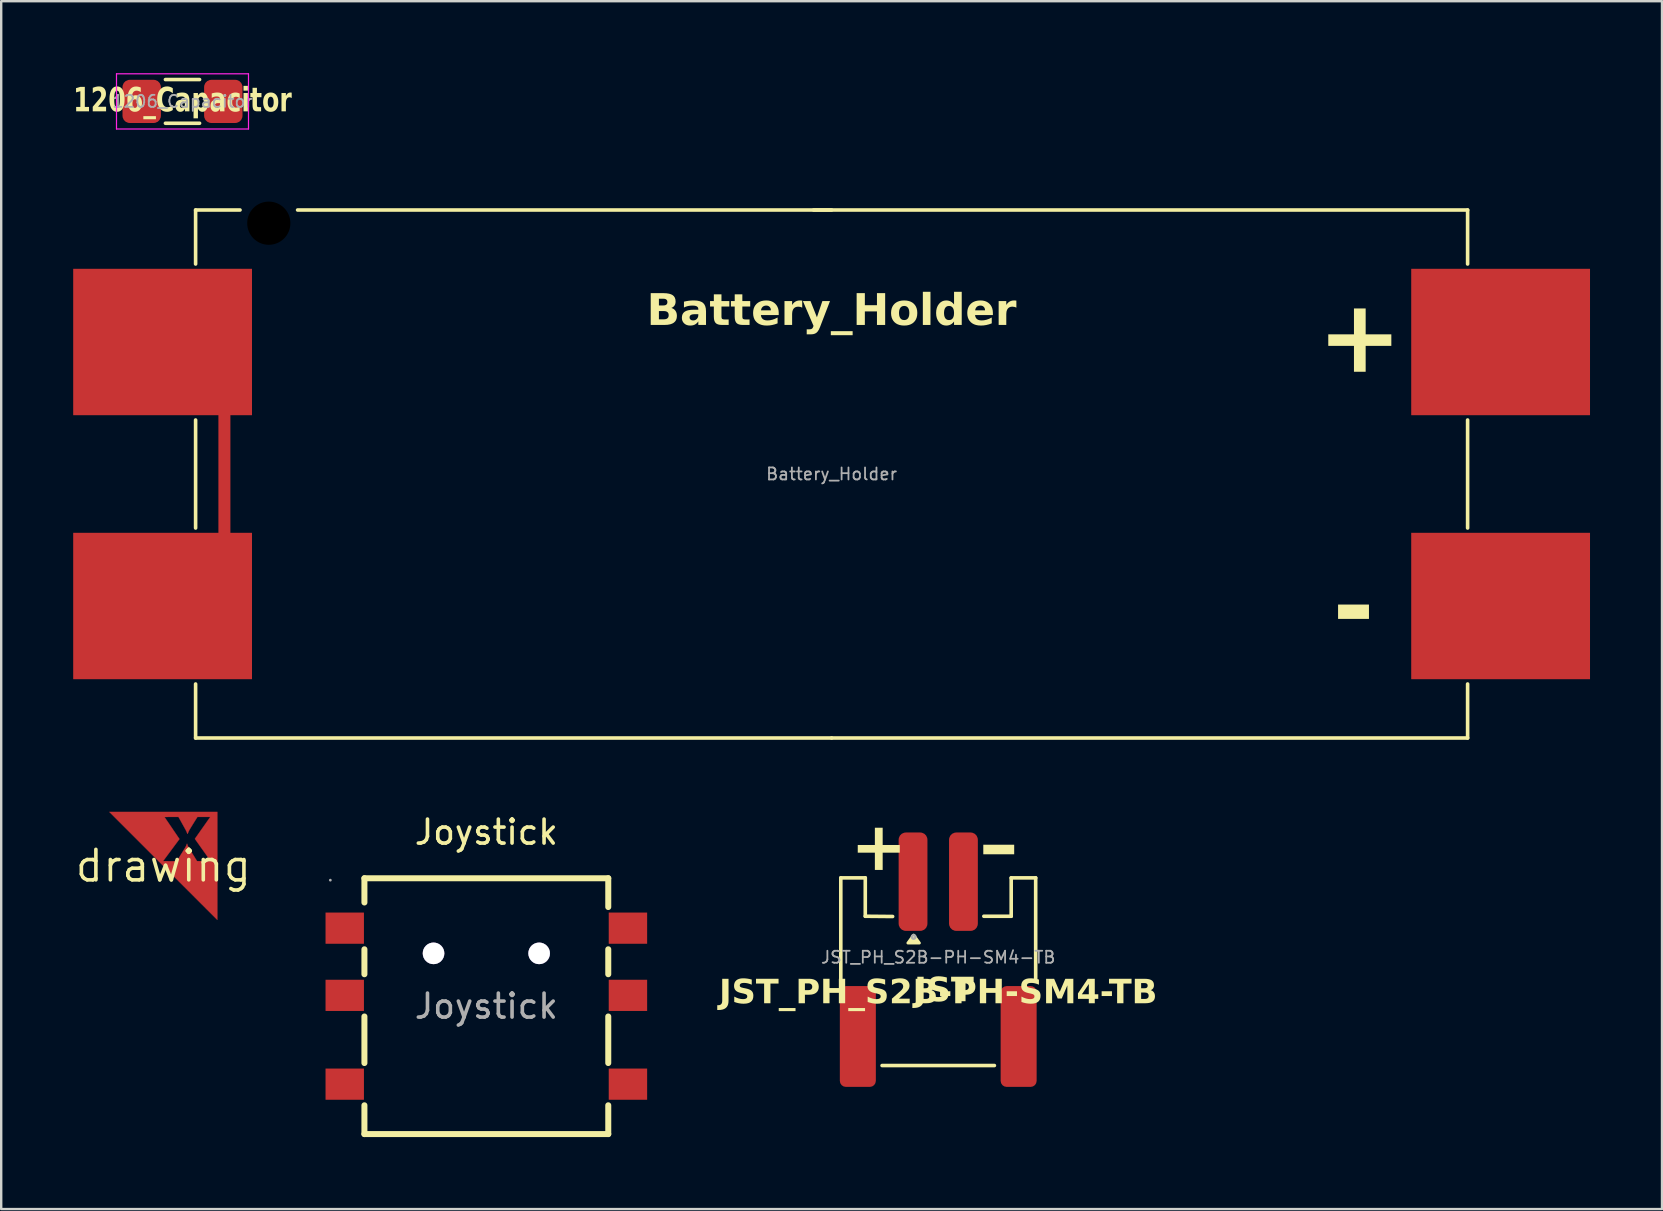
<source format=kicad_pcb>
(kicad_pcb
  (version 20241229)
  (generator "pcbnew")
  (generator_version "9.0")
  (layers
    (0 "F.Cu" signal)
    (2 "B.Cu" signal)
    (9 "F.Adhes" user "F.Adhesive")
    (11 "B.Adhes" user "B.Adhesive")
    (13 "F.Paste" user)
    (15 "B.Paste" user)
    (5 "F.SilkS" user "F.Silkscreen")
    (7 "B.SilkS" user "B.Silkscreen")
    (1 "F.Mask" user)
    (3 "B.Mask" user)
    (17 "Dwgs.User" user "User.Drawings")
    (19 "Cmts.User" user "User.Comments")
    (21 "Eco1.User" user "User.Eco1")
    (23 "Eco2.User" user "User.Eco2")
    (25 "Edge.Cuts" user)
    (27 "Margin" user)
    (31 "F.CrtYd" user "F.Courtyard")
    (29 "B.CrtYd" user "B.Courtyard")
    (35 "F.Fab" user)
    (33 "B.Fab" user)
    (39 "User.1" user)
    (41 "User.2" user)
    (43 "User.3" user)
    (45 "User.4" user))
  (footprint "drawing"
    (layer "F.Cu")
    (at 3.757 33.03)
    (property "Reference" "drawing" (at 0 0 0) (layer "F.SilkS") (effects (font (size 1.27 1.27) (thickness 0.15))))
    (attr through_hole)
    (fp_poly (pts (xy 2.25 0) (xy 2.25 0.133) (xy 2.25 0.265) (xy 2.25 0.394) (xy 2.25 0.52) (xy 2.25 0.644) (xy 2.25 0.765) (xy 2.25 0.883) (xy 2.25 0.998) (xy 2.25 1.109) (xy 2.25 1.217) (xy 2.25 1.32) (xy 2.25 1.419) (xy 2.25 1.514) (xy 2.25 1.604) (xy 2.25 1.689) (xy 2.25 1.769) (xy 2.25 1.844) (xy 2.25 1.913) (xy 2.25 1.976) (xy 2.25 2.034) (xy 2.25 2.085) (xy 2.25 2.13) (xy 2.25 2.168) (xy 2.249 2.199) (xy 2.249 2.223) (xy 2.249 2.239) (xy 2.249 2.249) (xy 2.249 2.25) (xy 2.246 2.247) (xy 2.238 2.239) (xy 2.224 2.226) (xy 2.206 2.207) (xy 2.182 2.183) (xy 2.153 2.154) (xy 2.119 2.12) (xy 2.081 2.082) (xy 2.038 2.039) (xy 1.99 1.992) (xy 1.939 1.94) (xy 1.883 1.884) (xy 1.823 1.825) (xy 1.759 1.761) (xy 1.692 1.693) (xy 1.621 1.622) (xy 1.546 1.548) (xy 1.468 1.47) (xy 1.387 1.389) (xy 1.303 1.305) (xy 1.216 1.217) (xy 1.126 1.127) (xy 1.033 1.035) (xy 0.938 0.939) (xy 0.84 0.842) (xy 0.74 0.742) (xy 0.638 0.64) (xy 0.534 0.535) (xy 0.427 0.429) (xy 0.32 0.322) (xy 0.21 0.212) (xy 0.099 0.101) (xy -0.002 0) (xy -0.205 -0.203) (xy -0.009 -0.203) (xy -0.009 -0.202) (xy -0.004 -0.202) (xy 0.003 -0.201) (xy 0.015 -0.2) (xy 0.032 -0.2) (xy 0.054 -0.199) (xy 0.081 -0.199) (xy 0.114 -0.199) (xy 0.153 -0.199) (xy 0.2 -0.198) (xy 0.254 -0.198) (xy 0.273 -0.198) (xy 0.559 -0.198) (xy 0.747 -0.501) (xy 0.781 -0.555) (xy 0.811 -0.603) (xy 0.837 -0.646) (xy 0.86 -0.683) (xy 0.88 -0.715) (xy 0.897 -0.743) (xy 0.911 -0.768) (xy 0.923 -0.789) (xy 0.933 -0.808) (xy 0.942 -0.824) (xy 0.949 -0.839) (xy 0.955 -0.852) (xy 0.961 -0.865) (xy 0.965 -0.878) (xy 0.97 -0.891) (xy 0.974 -0.904) (xy 0.979 -0.915) (xy 0.983 -0.923) (xy 0.986 -0.925) (xy 0.989 -0.921) (xy 0.993 -0.912) (xy 0.997 -0.898) (xy 0.998 -0.896) (xy 1.003 -0.876) (xy 1.01 -0.855) (xy 1.016 -0.839) (xy 1.02 -0.831) (xy 1.028 -0.816) (xy 1.04 -0.795) (xy 1.055 -0.768) (xy 1.075 -0.736) (xy 1.097 -0.699) (xy 1.122 -0.657) (xy 1.151 -0.61) (xy 1.182 -0.559) (xy 1.212 -0.51) (xy 1.24 -0.465) (xy 1.266 -0.423) (xy 1.291 -0.382) (xy 1.314 -0.345) (xy 1.335 -0.31) (xy 1.354 -0.28) (xy 1.37 -0.254) (xy 1.384 -0.233) (xy 1.394 -0.217) (xy 1.4 -0.207) (xy 1.403 -0.203) (xy 1.405 -0.202) (xy 1.411 -0.202) (xy 1.42 -0.201) (xy 1.434 -0.2) (xy 1.452 -0.2) (xy 1.476 -0.199) (xy 1.505 -0.199) (xy 1.54 -0.199) (xy 1.581 -0.199) (xy 1.63 -0.199) (xy 1.686 -0.199) (xy 1.69 -0.199) (xy 1.972 -0.2) (xy 1.643 -0.663) (xy 1.604 -0.717) (xy 1.567 -0.769) (xy 1.531 -0.819) (xy 1.497 -0.867) (xy 1.466 -0.912) (xy 1.436 -0.954) (xy 1.409 -0.992) (xy 1.385 -1.026) (xy 1.364 -1.056) (xy 1.346 -1.081) (xy 1.332 -1.102) (xy 1.322 -1.116) (xy 1.315 -1.125) (xy 1.314 -1.128) (xy 1.316 -1.132) (xy 1.322 -1.142) (xy 1.333 -1.157) (xy 1.347 -1.178) (xy 1.365 -1.204) (xy 1.386 -1.234) (xy 1.411 -1.268) (xy 1.437 -1.307) (xy 1.467 -1.348) (xy 1.498 -1.393) (xy 1.531 -1.441) (xy 1.566 -1.49) (xy 1.603 -1.542) (xy 1.615 -1.559) (xy 1.652 -1.612) (xy 1.688 -1.663) (xy 1.723 -1.712) (xy 1.756 -1.759) (xy 1.787 -1.804) (xy 1.816 -1.845) (xy 1.843 -1.883) (xy 1.866 -1.916) (xy 1.887 -1.946) (xy 1.905 -1.971) (xy 1.918 -1.99) (xy 1.928 -2.004) (xy 1.934 -2.012) (xy 1.935 -2.013) (xy 1.953 -2.04) (xy 1.686 -2.04) (xy 1.419 -2.04) (xy 1.247 -1.765) (xy 1.215 -1.713) (xy 1.187 -1.667) (xy 1.162 -1.627) (xy 1.14 -1.592) (xy 1.122 -1.561) (xy 1.106 -1.534) (xy 1.092 -1.511) (xy 1.08 -1.49) (xy 1.07 -1.471) (xy 1.061 -1.453) (xy 1.053 -1.436) (xy 1.045 -1.42) (xy 1.038 -1.403) (xy 1.031 -1.386) (xy 1.024 -1.367) (xy 1.022 -1.362) (xy 1.016 -1.349) (xy 1.011 -1.339) (xy 1.007 -1.334) (xy 1.006 -1.333) (xy 1.003 -1.337) (xy 0.998 -1.346) (xy 0.992 -1.36) (xy 0.988 -1.37) (xy 0.984 -1.382) (xy 0.979 -1.394) (xy 0.974 -1.407) (xy 0.968 -1.421) (xy 0.961 -1.436) (xy 0.953 -1.453) (xy 0.943 -1.473) (xy 0.931 -1.496) (xy 0.917 -1.523) (xy 0.9 -1.553) (xy 0.881 -1.588) (xy 0.859 -1.628) (xy 0.833 -1.674) (xy 0.805 -1.726) (xy 0.784 -1.763) (xy 0.63 -2.04) (xy 0.339 -2.04) (xy 0.282 -2.04) (xy 0.232 -2.04) (xy 0.189 -2.04) (xy 0.153 -2.039) (xy 0.123 -2.039) (xy 0.099 -2.039) (xy 0.08 -2.038) (xy 0.067 -2.038) (xy 0.057 -2.037) (xy 0.052 -2.036) (xy 0.05 -2.035) (xy 0.05 -2.035) (xy 0.053 -2.031) (xy 0.059 -2.021) (xy 0.07 -2.005) (xy 0.085 -1.984) (xy 0.102 -1.958) (xy 0.123 -1.927) (xy 0.147 -1.892) (xy 0.173 -1.853) (xy 0.202 -1.811) (xy 0.233 -1.766) (xy 0.266 -1.717) (xy 0.3 -1.667) (xy 0.336 -1.615) (xy 0.348 -1.596) (xy 0.384 -1.543) (xy 0.419 -1.491) (xy 0.453 -1.442) (xy 0.485 -1.394) (xy 0.516 -1.35) (xy 0.544 -1.308) (xy 0.569 -1.271) (xy 0.592 -1.237) (xy 0.612 -1.207) (xy 0.629 -1.183) (xy 0.642 -1.164) (xy 0.651 -1.15) (xy 0.657 -1.142) (xy 0.657 -1.141) (xy 0.671 -1.12) (xy 0.332 -0.664) (xy 0.293 -0.611) (xy 0.254 -0.559) (xy 0.217 -0.509) (xy 0.182 -0.462) (xy 0.149 -0.418) (xy 0.119 -0.376) (xy 0.091 -0.339) (xy 0.066 -0.305) (xy 0.044 -0.275) (xy 0.025 -0.25) (xy 0.01 -0.23) (xy -0.001 -0.215) (xy -0.007 -0.206) (xy -0.009 -0.203) (xy -0.205 -0.203) (xy -2.252 -2.25) (xy 2.25 -2.25) (xy 2.25 0)) (stroke (width 0.01) (type solid)) (fill yes) (layer "F.Cu")))
  (footprint "1206_Capacitor"
    (layer "F.Cu")
    (at 4.554 1.175)
    (property "Reference" "1206_Capacitor" (at 0 0 0) (layer "F.SilkS") (effects (font (face "Segoe UI This") (size 1 0.75) (thickness 0.15) (bold yes))))
    (attr smd)
    (fp_line (start -0.711 -0.91) (end 0.711 -0.91) (stroke (width 0.15) (type solid)) (layer "F.SilkS"))
    (fp_line (start -0.711 0.91) (end 0.711 0.91) (stroke (width 0.15) (type solid)) (layer "F.SilkS"))
    (fp_line (start -2.75 -1.15) (end 2.75 -1.15) (stroke (width 0.05) (type solid)) (layer "F.CrtYd"))
    (fp_line (start -2.75 1.15) (end -2.75 -1.15) (stroke (width 0.05) (type solid)) (layer "F.CrtYd"))
    (fp_line (start 2.75 -1.15) (end 2.75 1.15) (stroke (width 0.05) (type solid)) (layer "F.CrtYd"))
    (fp_line (start 2.75 1.15) (end -2.75 1.15) (stroke (width 0.05) (type solid)) (layer "F.CrtYd"))
    (fp_text user "${REFERENCE}" (at 0 0 0) (layer "F.Fab") (effects (font (size 0.5 0.5) (thickness 0.075))))
    (pad "1" smd roundrect (at -1.7 0) (size 1.6 1.8) (layers "F.Cu" "F.Mask" "F.Paste") (roundrect_rratio 0.189))
    (pad "2" smd roundrect (at 1.7 0) (size 1.6 1.8) (layers "F.Cu" "F.Mask" "F.Paste") (roundrect_rratio 0.189)))
  (footprint "JST_PH_S2B-PH-SM4-TB"
    (layer "F.Cu")
    (at 36.043 36.837)
    (property "Reference" "JST_PH_S2B-PH-SM4-TB" (at 0 1.5 0) (layer "F.SilkS") (effects (font (face "Segoe UI This") (size 1 1) (thickness 0.15) (bold yes))))
    (attr smd)
    (fp_line (start -4.06 -3.31) (end -3.04 -3.31) (stroke (width 0.15) (type solid)) (layer "F.SilkS"))
    (fp_line (start -4.06 0.94) (end -4.06 -3.31) (stroke (width 0.15) (type solid)) (layer "F.SilkS"))
    (fp_line (start -3.04 -3.31) (end -3.04 -1.71) (stroke (width 0.15) (type solid)) (layer "F.SilkS"))
    (fp_line (start -3.04 -1.71) (end -1.9 -1.7) (stroke (width 0.15) (type solid)) (layer "F.SilkS"))
    (fp_line (start -2.34 4.51) (end 2.34 4.51) (stroke (width 0.15) (type solid)) (layer "F.SilkS"))
    (fp_line (start 3.04 -3.31) (end 3.04 -1.71) (stroke (width 0.15) (type solid)) (layer "F.SilkS"))
    (fp_line (start 3.04 -1.71) (end 1.9 -1.71) (stroke (width 0.15) (type solid)) (layer "F.SilkS"))
    (fp_line (start 4.06 -3.31) (end 3.04 -3.31) (stroke (width 0.15) (type solid)) (layer "F.SilkS"))
    (fp_line (start 4.06 0.94) (end 4.06 -3.31) (stroke (width 0.15) (type solid)) (layer "F.SilkS"))
    (fp_poly (pts (xy -1.025 -0.925) (xy -0.785 -0.595) (xy -1.265 -0.595) (xy -1.025 -0.925)) (stroke (width 0.12) (type solid)) (fill yes) (layer "F.SilkS"))
    (fp_circle (center -1.025 -0.85) (end -0.95 -0.85) (stroke (width 0.1) (type solid)) (fill no) (layer "F.Fab"))
    (fp_text user "JST" (at -1 2 0) (layer "F.SilkS") (effects (font (face "Segoe UI This") (size 1 1) (thickness 0.2) (bold yes)) (justify left bottom)))
    (fp_text user "-" (at 1.65 -3.35 0) (unlocked yes) (layer "F.SilkS") (effects (font (face "Segoe UI This") (size 2 3) (thickness 0.5) (bold yes)) (justify left bottom)))
    (fp_text user "+" (at -3.65 -3.3 0) (unlocked yes) (layer "F.SilkS") (effects (font (face "Segoe UI This") (size 2 2) (thickness 0.5) (bold yes)) (justify left bottom)))
    (fp_text user "${REFERENCE}" (at 0 0 0) (layer "F.Fab") (effects (font (size 0.5 0.5) (thickness 0.075))))
    (pad "" smd roundrect (at -3.35 3.3) (size 1.5 4.2) (layers "F.Cu" "F.Mask" "F.Paste") (roundrect_rratio 0.167))
    (pad "" smd roundrect (at 3.35 3.3) (size 1.5 4.2) (layers "F.Cu" "F.Mask" "F.Paste") (roundrect_rratio 0.167))
    (pad "1" smd roundrect (at -1.05 -3.15) (size 1.2 4.1) (layers "F.Cu" "F.Mask" "F.Paste") (roundrect_rratio 0.25))
    (pad "2" smd roundrect (at 1.05 -3.15) (size 1.2 4.1) (layers "F.Cu" "F.Mask" "F.Paste") (roundrect_rratio 0.25)))
  (footprint "Joystick"
    (layer "F.Cu")
    (at 17.214 38.873)
    (property "Reference" "Joystick" (at 0 -7.25 0) (layer "F.SilkS") (effects (font (size 1 1) (thickness 0.15))))
    (attr through_hole)
    (fp_line (start -5.08 -5.33) (end 5.08 -5.33) (stroke (width 0.25) (type solid)) (layer "F.SilkS"))
    (fp_line (start -5.08 -4.32) (end -5.08 -5.33) (stroke (width 0.25) (type solid)) (layer "F.SilkS"))
    (fp_line (start -5.08 -1.33) (end -5.08 -2.37) (stroke (width 0.25) (type solid)) (layer "F.SilkS"))
    (fp_line (start -5.08 2.37) (end -5.08 0.43) (stroke (width 0.25) (type solid)) (layer "F.SilkS"))
    (fp_line (start -5.08 5.33) (end -5.08 4.13) (stroke (width 0.25) (type solid)) (layer "F.SilkS"))
    (fp_line (start 5.08 -5.33) (end 5.08 -4.13) (stroke (width 0.25) (type solid)) (layer "F.SilkS"))
    (fp_line (start 5.08 -2.37) (end 5.08 -1.33) (stroke (width 0.25) (type solid)) (layer "F.SilkS"))
    (fp_line (start 5.08 0.43) (end 5.08 2.37) (stroke (width 0.25) (type solid)) (layer "F.SilkS"))
    (fp_line (start 5.08 4.13) (end 5.08 5.33) (stroke (width 0.25) (type solid)) (layer "F.SilkS"))
    (fp_line (start 5.08 5.33) (end -5.08 5.33) (stroke (width 0.25) (type solid)) (layer "F.SilkS"))
    (fp_circle (center -2.2 -2.2) (end -2.02 -2.2) (stroke (width 0.35) (type solid)) (fill no) (layer "Cmts.User"))
    (fp_circle (center 2.2 -2.2) (end 2.38 -2.2) (stroke (width 0.35) (type solid)) (fill no) (layer "Cmts.User"))
    (fp_circle (center -6.5 -5.25) (end -6.47 -5.25) (stroke (width 0.06) (type solid)) (fill no) (layer "F.Fab"))
    (fp_text user "${REFERENCE}" (at 0 0 0) (layer "F.Fab") (effects (font (size 1 1) (thickness 0.15))))
    (pad "" thru_hole circle (at -2.2 -2.2) (size 0.9 0.9) (drill 0.9) (layers "*.Cu" "*.Mask"))
    (pad "" thru_hole circle (at 2.2 -2.2) (size 0.9 0.9) (drill 0.9) (layers "*.Cu" "*.Mask"))
    (pad "1" smd rect (at -5.9 -3.25) (size 1.6 1.3) (layers "F.Cu" "F.Mask" "F.Paste"))
    (pad "2" smd rect (at -5.9 -0.45) (size 1.6 1.3) (layers "F.Cu" "F.Mask" "F.Paste"))
    (pad "3" smd rect (at -5.9 3.25) (size 1.6 1.3) (layers "F.Cu" "F.Mask" "F.Paste"))
    (pad "4" smd rect (at 5.9 -3.25) (size 1.6 1.3) (layers "F.Cu" "F.Mask" "F.Paste"))
    (pad "5" smd rect (at 5.9 -0.45) (size 1.6 1.3) (layers "F.Cu" "F.Mask" "F.Paste"))
    (pad "6" smd rect (at 5.9 3.25) (size 1.6 1.3) (layers "F.Cu" "F.Mask" "F.Paste")))
  (footprint "Battery_Holder"
    (layer "F.Cu")
    (at 31.6 16.7)
    (property "Reference" "Battery_Holder" (at 0 -6.75 180) (layer "F.SilkS") (effects (font (face "Segoe UI This") (size 1.3 1.3) (thickness 0.2) (bold yes))))
    (attr through_hole)
    (fp_line (start -26.5 -11) (end -24.649 -11) (stroke (width 0.15) (type default)) (layer "F.SilkS"))
    (fp_line (start -26.5 -8.75) (end -26.5 -11) (stroke (width 0.15) (type default)) (layer "F.SilkS"))
    (fp_line (start -26.5 2.25) (end -26.5 -2.25) (stroke (width 0.15) (type default)) (layer "F.SilkS"))
    (fp_line (start -26.5 11) (end -26.5 8.75) (stroke (width 0.15) (type default)) (layer "F.SilkS"))
    (fp_line (start -0.75 -11) (end 26.5 -11) (stroke (width 0.15) (type default)) (layer "F.SilkS"))
    (fp_line (start 0 -11) (end -22.25 -11) (stroke (width 0.15) (type default)) (layer "F.SilkS"))
    (fp_line (start 0 11) (end -26.5 11) (stroke (width 0.15) (type default)) (layer "F.SilkS"))
    (fp_line (start 0 11) (end 26.5 11) (stroke (width 0.15) (type default)) (layer "F.SilkS"))
    (fp_line (start 26.5 -11) (end 26.5 -8.75) (stroke (width 0.15) (type default)) (layer "F.SilkS"))
    (fp_line (start 26.5 -2.25) (end 26.5 2.25) (stroke (width 0.15) (type default)) (layer "F.SilkS"))
    (fp_line (start 26.5 8.75) (end 26.5 11) (stroke (width 0.15) (type default)) (layer "F.SilkS"))
    (fp_text user "-" (at 20.875 7.45 0) (unlocked yes) (layer "F.SilkS") (effects (font (face "Segoe UI This") (size 3 3) (thickness 0.6) (bold yes)) (justify left bottom)))
    (fp_text user "+" (at 20.25 -3.75 0) (unlocked yes) (layer "F.SilkS") (effects (font (face "Segoe UI This") (size 3 3) (thickness 0.6) (bold yes)) (justify left bottom)))
    (fp_text user "${REFERENCE}" (at 0 0 0) (layer "F.Fab") (effects (font (size 0.5 0.5) (thickness 0.075))))
    (pad "" smd custom (at -27.875 5.5 180) (size 7.45 6.1) (layers "F.Cu" "F.Mask" "F.Paste") (options (anchor rect)) (primitives (gr_line (start -2.575 11) (end -2.575 0) (width 0.5)) (gr_poly (pts (xy -3.725 14.05) (xy 3.725 14.05) (xy 3.725 7.95) (xy -3.725 7.95)) (width 0) (fill yes))))
    (pad "" np_thru_hole circle (at -23.45 -10.45 180) (size 1.8 1.8) (drill 1.8) (layers "*.Mask"))
    (pad "1" smd rect (at 27.875 -5.5 180) (size 7.45 6.1) (layers "F.Cu" "F.Mask" "F.Paste"))
    (pad "2" smd rect (at 27.875 5.5 180) (size 7.45 6.1) (layers "F.Cu" "F.Mask" "F.Paste")))
  (gr_rect
    (start -3 -3)
    (end 66.2 47.328)
    (stroke (width 0.1) (type default))
    (fill no)
    (layer "Edge.Cuts")))
</source>
